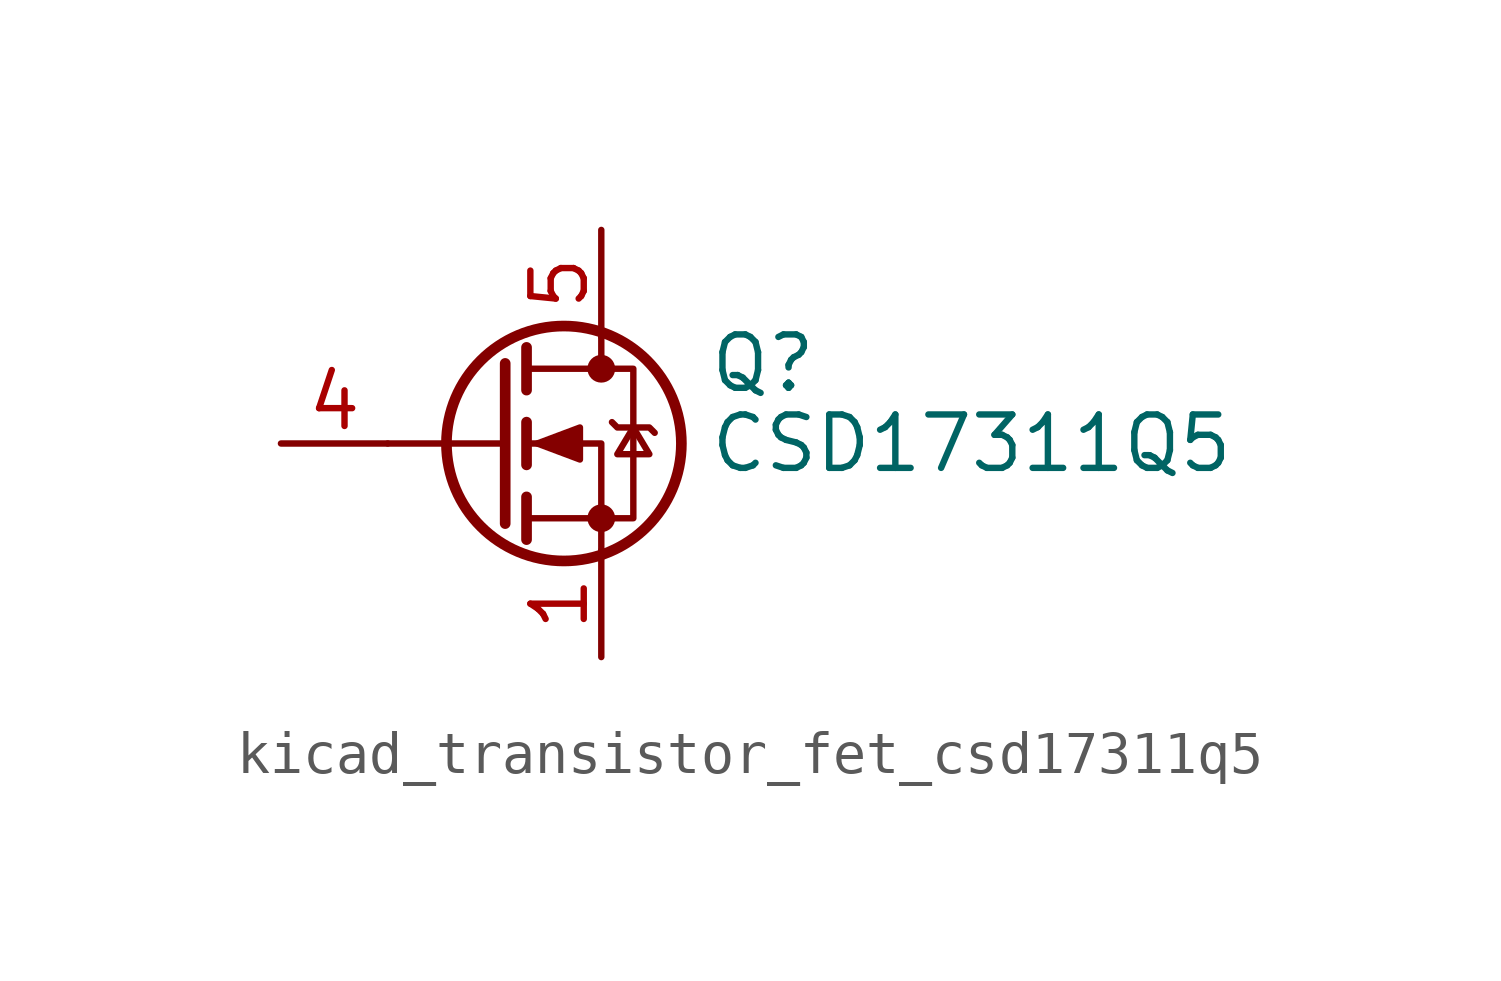
<source format=kicad_sym>
(kicad_symbol_lib
  (version 20220914)
  (generator kicad_symbol_editor)
  (symbol "kicad_transistor_fet_csd17311q5"
    (pin_names hide)
    (property "Reference" "Q"
      (at 5.08 1.905 0)
      (effects (font (size 1.27 1.27)) (justify left)))
    (property "Value" "CSD17311Q5"
      (at 5.08 0 0)
      (effects (font (size 1.27 1.27)) (justify left)))
    (symbol "kicad_transistor_fet_csd17311q5_0_1"
      (polyline (pts (xy 0.254 0) (xy -2.54 0)) (stroke (width 0) (type default)) (fill (type none)))
      (polyline (pts (xy 0.254 1.905) (xy 0.254 -1.905)) (stroke (width 0.254) (type default)) (fill (type none)))
      (polyline (pts (xy 0.762 -1.27) (xy 0.762 -2.286)) (stroke (width 0.254) (type default)) (fill (type none)))
      (polyline (pts (xy 0.762 0.508) (xy 0.762 -0.508)) (stroke (width 0.254) (type default)) (fill (type none)))
      (polyline (pts (xy 0.762 2.286) (xy 0.762 1.27)) (stroke (width 0.254) (type default)) (fill (type none)))
      (polyline (pts (xy 2.54 2.54) (xy 2.54 1.778)) (stroke (width 0) (type default)) (fill (type none)))
      (polyline (pts (xy 2.54 -2.54) (xy 2.54 0) (xy 0.762 0)) (stroke (width 0) (type default)) (fill (type none)))
      (polyline (pts (xy 0.762 -1.778) (xy 3.302 -1.778) (xy 3.302 1.778) (xy 0.762 1.778)) (stroke (width 0) (type default)) (fill (type none)))
      (polyline (pts (xy 1.016 0) (xy 2.032 0.381) (xy 2.032 -0.381) (xy 1.016 0)) (stroke (width 0) (type default)) (fill (type outline)))
      (polyline (pts (xy 2.794 0.508) (xy 2.921 0.381) (xy 3.683 0.381) (xy 3.81 0.254)) (stroke (width 0) (type default)) (fill (type none)))
      (polyline (pts (xy 3.302 0.381) (xy 2.921 -0.254) (xy 3.683 -0.254) (xy 3.302 0.381)) (stroke (width 0) (type default)) (fill (type none)))
      (circle (center 1.651 0) (radius 2.794) (stroke (width 0.254) (type default)) (fill (type none)))
      (circle (center 2.54 -1.778) (radius 0.254) (stroke (width 0) (type default)) (fill (type outline)))
      (circle (center 2.54 1.778) (radius 0.254) (stroke (width 0) (type default)) (fill (type outline))))
    (symbol "kicad_transistor_fet_csd17311q5_1_1"
      (pin passive line (at 2.54 -5.08 90) (length 2.54) (name "S" (effects (font (size 1.27 1.27)))) (number "1" (effects (font (size 1.27 1.27)))))
      (pin passive line (at 2.54 -5.08 90) (length 2.54) hide (name "S" (effects (font (size 1.27 1.27)))) (number "2" (effects (font (size 1.27 1.27)))))
      (pin passive line (at 2.54 -5.08 90) (length 2.54) hide (name "S" (effects (font (size 1.27 1.27)))) (number "3" (effects (font (size 1.27 1.27)))))
      (pin passive line (at -5.08 0 0) (length 2.54) (name "G" (effects (font (size 1.27 1.27)))) (number "4" (effects (font (size 1.27 1.27)))))
      (pin passive line (at 2.54 5.08 270) (length 2.54) (name "D" (effects (font (size 1.27 1.27)))) (number "5" (effects (font (size 1.27 1.27))))))))
</source>
